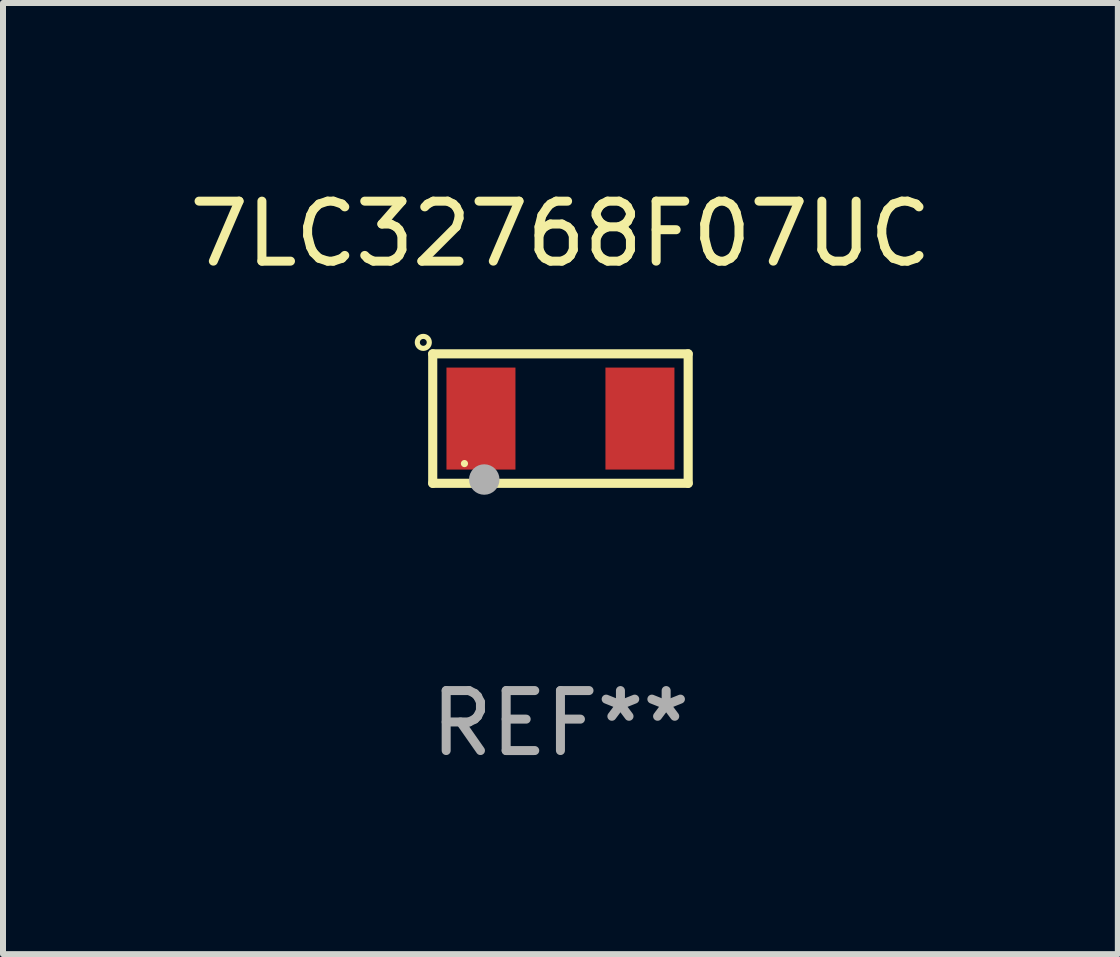
<source format=kicad_pcb>
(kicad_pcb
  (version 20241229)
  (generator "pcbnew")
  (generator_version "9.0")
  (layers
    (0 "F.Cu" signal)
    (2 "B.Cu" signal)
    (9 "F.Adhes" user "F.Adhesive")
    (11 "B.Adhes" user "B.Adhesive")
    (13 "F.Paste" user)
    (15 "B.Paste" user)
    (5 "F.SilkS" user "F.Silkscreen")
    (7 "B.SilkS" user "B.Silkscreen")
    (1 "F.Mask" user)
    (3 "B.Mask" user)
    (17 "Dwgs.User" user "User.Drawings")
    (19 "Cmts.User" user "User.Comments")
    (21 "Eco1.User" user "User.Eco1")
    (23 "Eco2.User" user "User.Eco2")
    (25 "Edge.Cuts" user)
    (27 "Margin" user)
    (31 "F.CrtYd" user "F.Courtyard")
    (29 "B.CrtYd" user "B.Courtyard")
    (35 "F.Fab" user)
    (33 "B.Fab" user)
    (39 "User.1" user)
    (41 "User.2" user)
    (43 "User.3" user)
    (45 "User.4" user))
  (footprint "7LC32768F07UC"
    (layer "F.Cu")
    (at 6.292 3.927)
    (property "Reference" "7LC32768F07UC" (at 0 -3.079 0) (layer "F.SilkS") (effects (font (size 1 1) (thickness 0.15))))
    (attr through_hole)
    (fp_line (start -2.129 -1.079) (end 2.129 -1.079) (stroke (width 0.152) (type solid)) (layer "F.SilkS"))
    (fp_line (start -2.129 1.079) (end -2.129 -1.079) (stroke (width 0.152) (type solid)) (layer "F.SilkS"))
    (fp_line (start 2.129 -1.079) (end 2.129 1.079) (stroke (width 0.152) (type solid)) (layer "F.SilkS"))
    (fp_line (start 2.129 1.079) (end -2.129 1.079) (stroke (width 0.152) (type solid)) (layer "F.SilkS"))
    (fp_circle (center -2.286 -1.27) (end -2.186 -1.27) (stroke (width 0.085) (type solid)) (fill no) (layer "F.SilkS"))
    (fp_circle (center -1.6 0.75) (end -1.57 0.75) (stroke (width 0.06) (type solid)) (fill no) (layer "F.SilkS"))
    (fp_circle (center -1.27 1.016) (end -1.143 1.016) (stroke (width 0.254) (type solid)) (fill no) (layer "F.Fab"))
    (fp_text user "REF**" (at 0 5.079 0) (layer "F.Fab") (effects (font (size 1 1) (thickness 0.15))))
    (pad "1" smd rect (at -1.325 0) (size 1.15 1.7) (layers "F.Cu" "F.Mask" "F.Paste"))
    (pad "2" smd rect (at 1.325 0) (size 1.15 1.7) (layers "F.Cu" "F.Mask" "F.Paste")))
  (gr_rect
    (start -3 -3)
    (end 15.583 12.854)
    (stroke (width 0.1) (type default))
    (fill no)
    (layer "Edge.Cuts")))
</source>
